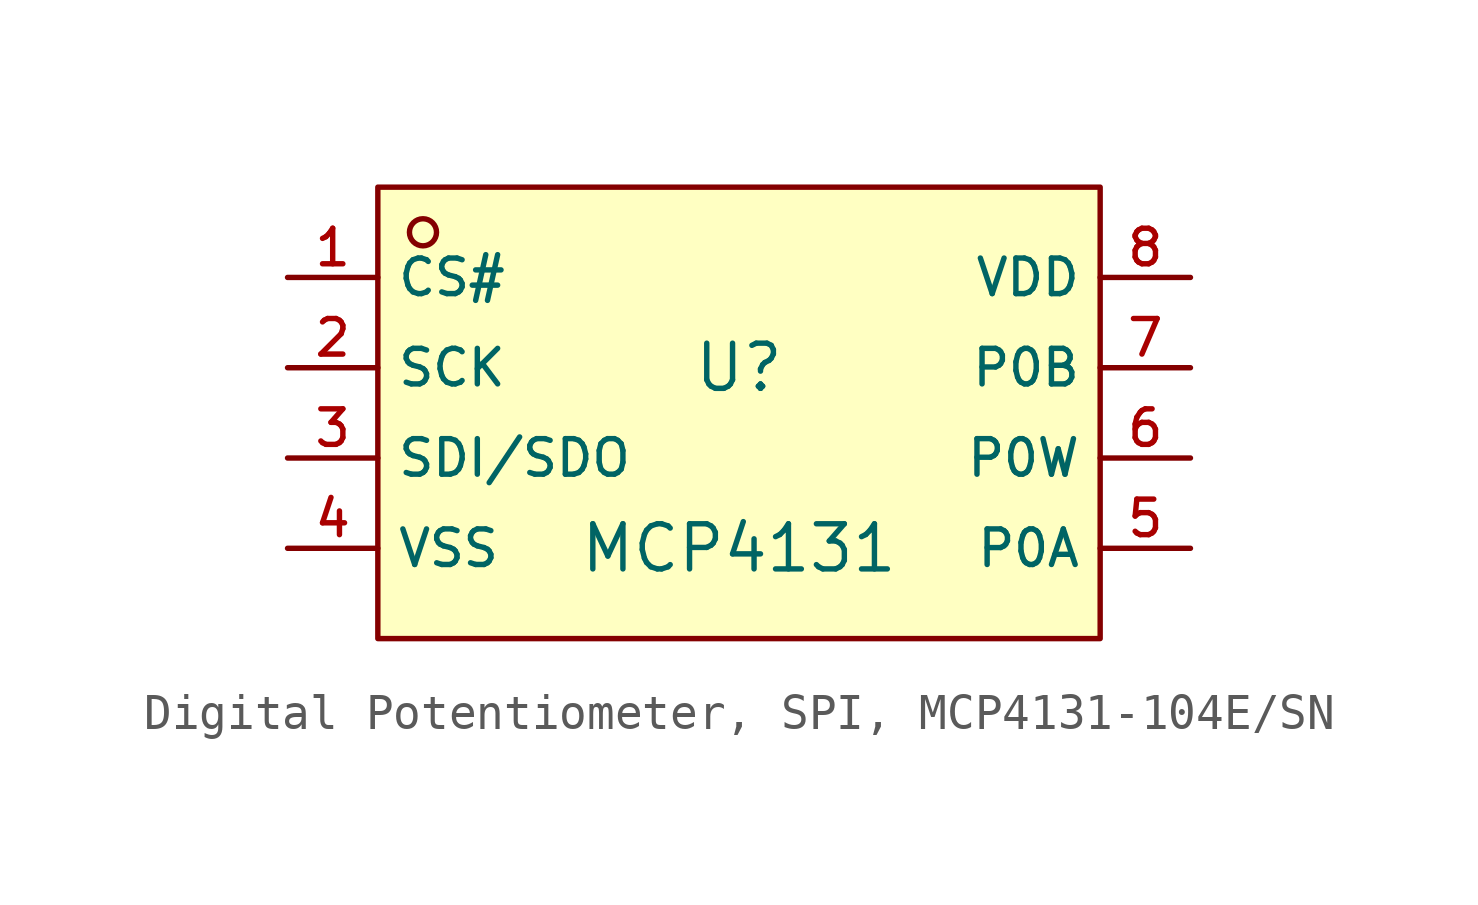
<source format=kicad_sym>
(kicad_symbol_lib
  (version 20231120)
  (generator "CDFER_Archive_Tool")
  (generator_version "0.0")
  (symbol "Digital Potentiometer, SPI, MCP4131-104E/SN"
    (property "Reference" "U"
      (at 0 2.54 0)
      (effects (font (size 1.27 1.27))))
    (property "Value" "MCP4131"
      (at 0 -2.54 0)
      (effects (font (size 1.27 1.27))))
    (symbol "Digital Potentiometer, SPI, MCP4131-104E/SN_0_1"
      (rectangle (start -10.16 7.62) (end 10.16 -5.08) (stroke (width 0) (type default)) (fill (type background)))
      (circle (center -8.89 6.35) (radius 0.381) (stroke (width 0) (type default)) (fill (type background)))
      (pin unspecified line (at -12.7 5.08 0) (length 2.54) (name "CS#" (effects (font (size 1 1)))) (number "1" (effects (font (size 1 1)))))
      (pin unspecified line (at -12.7 2.54 0) (length 2.54) (name "SCK" (effects (font (size 1 1)))) (number "2" (effects (font (size 1 1)))))
      (pin unspecified line (at -12.7 0 0) (length 2.54) (name "SDI/SDO" (effects (font (size 1 1)))) (number "3" (effects (font (size 1 1)))))
      (pin unspecified line (at -12.7 -2.54 0) (length 2.54) (name "VSS" (effects (font (size 1 1)))) (number "4" (effects (font (size 1 1)))))
      (pin unspecified line (at 12.7 -2.54 180) (length 2.54) (name "P0A" (effects (font (size 1 1)))) (number "5" (effects (font (size 1 1)))))
      (pin unspecified line (at 12.7 0 180) (length 2.54) (name "P0W" (effects (font (size 1 1)))) (number "6" (effects (font (size 1 1)))))
      (pin unspecified line (at 12.7 2.54 180) (length 2.54) (name "P0B" (effects (font (size 1 1)))) (number "7" (effects (font (size 1 1)))))
      (pin unspecified line (at 12.7 5.08 180) (length 2.54) (name "VDD" (effects (font (size 1 1)))) (number "8" (effects (font (size 1 1))))))))
</source>
